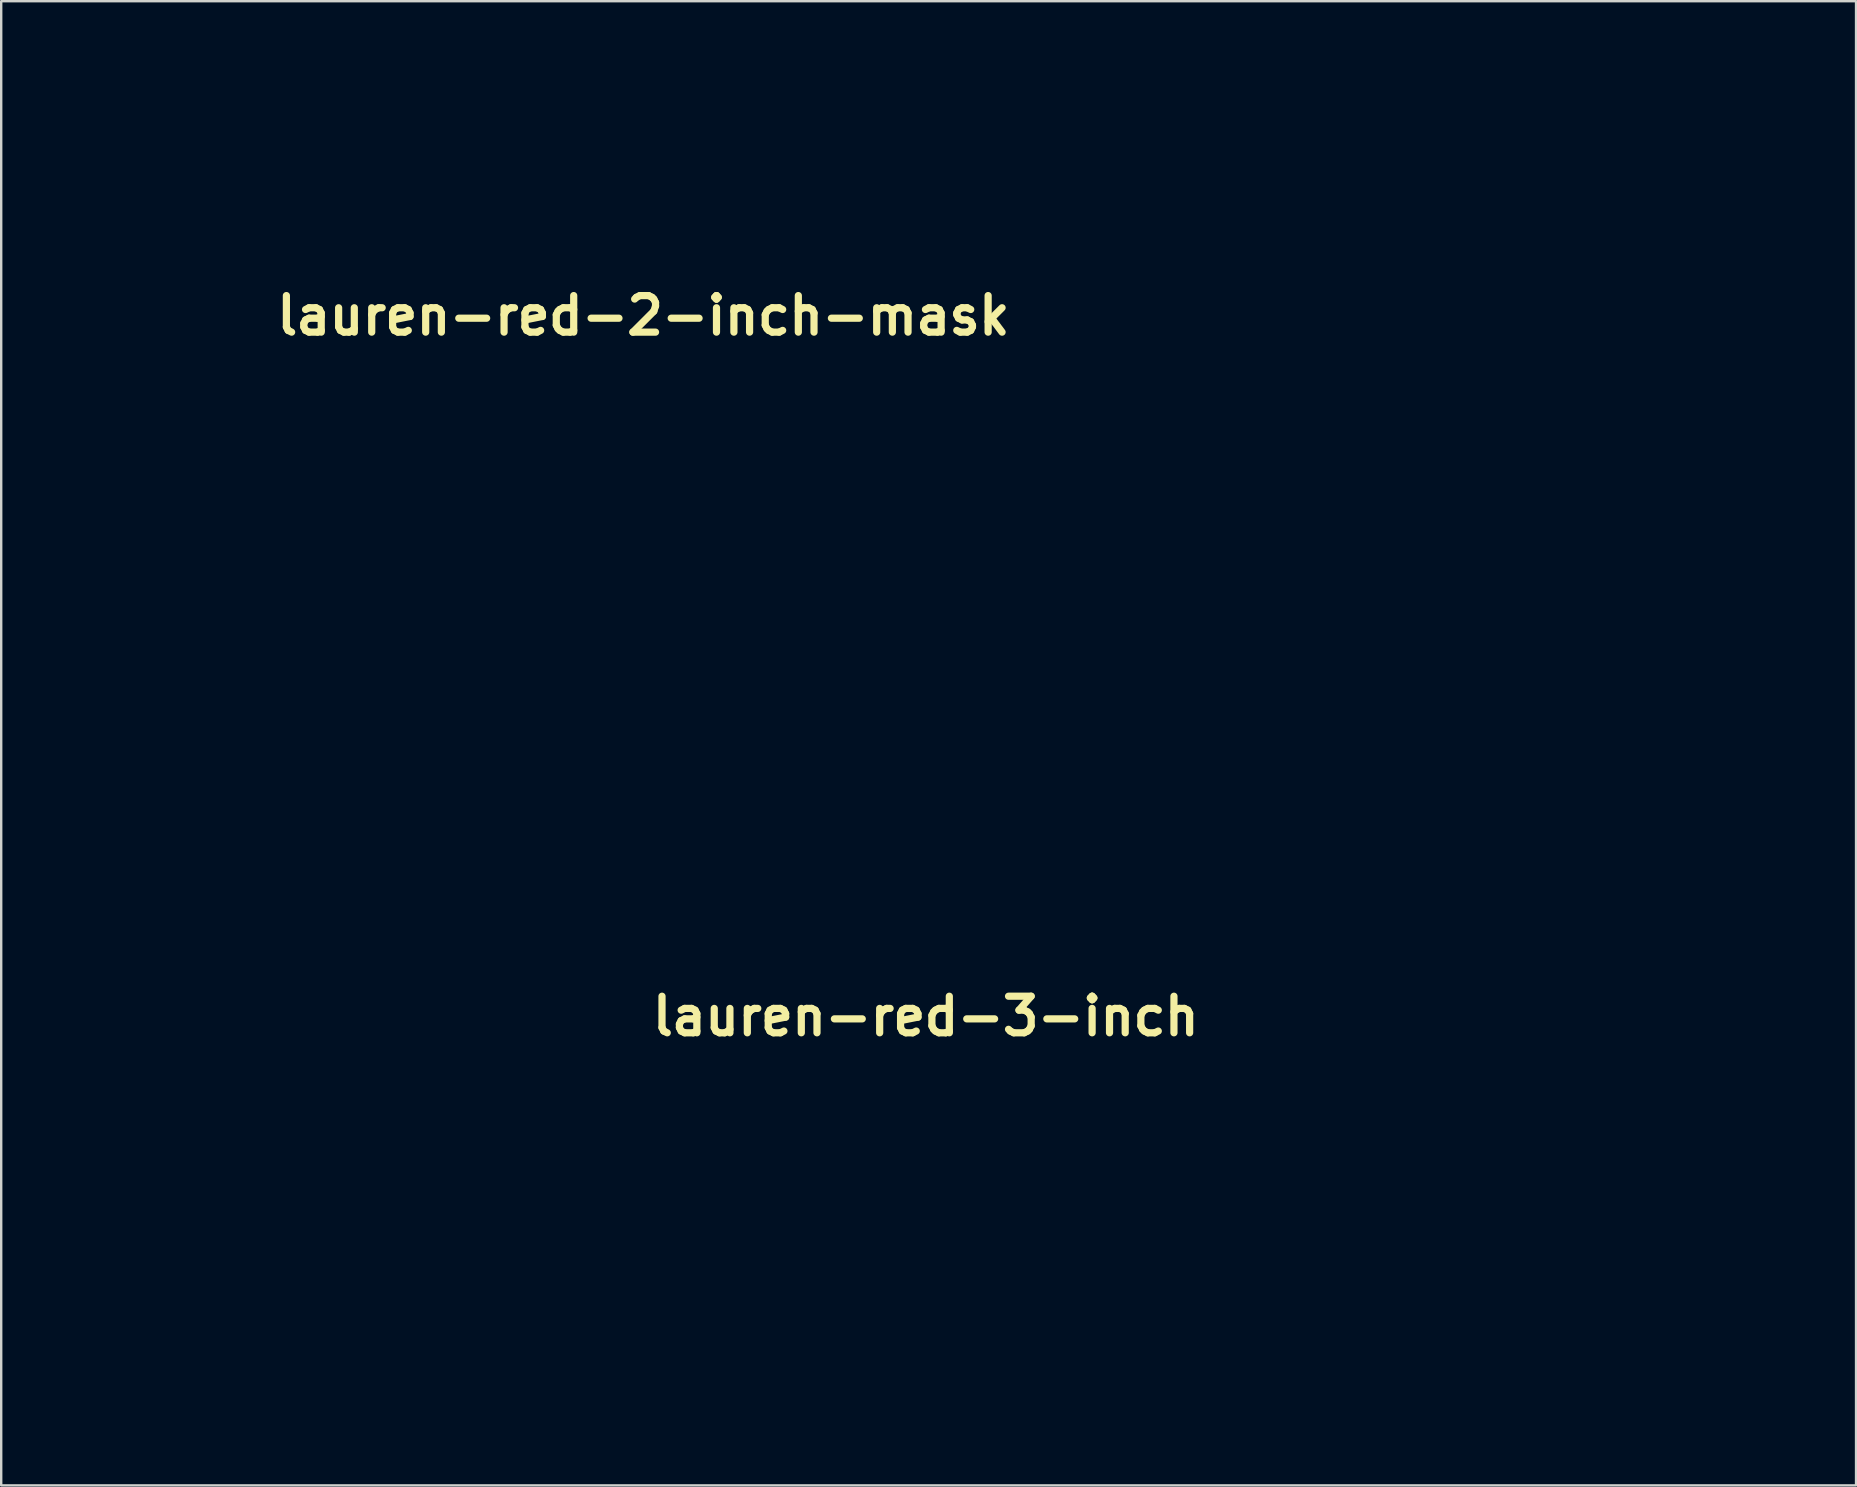
<source format=kicad_pcb>
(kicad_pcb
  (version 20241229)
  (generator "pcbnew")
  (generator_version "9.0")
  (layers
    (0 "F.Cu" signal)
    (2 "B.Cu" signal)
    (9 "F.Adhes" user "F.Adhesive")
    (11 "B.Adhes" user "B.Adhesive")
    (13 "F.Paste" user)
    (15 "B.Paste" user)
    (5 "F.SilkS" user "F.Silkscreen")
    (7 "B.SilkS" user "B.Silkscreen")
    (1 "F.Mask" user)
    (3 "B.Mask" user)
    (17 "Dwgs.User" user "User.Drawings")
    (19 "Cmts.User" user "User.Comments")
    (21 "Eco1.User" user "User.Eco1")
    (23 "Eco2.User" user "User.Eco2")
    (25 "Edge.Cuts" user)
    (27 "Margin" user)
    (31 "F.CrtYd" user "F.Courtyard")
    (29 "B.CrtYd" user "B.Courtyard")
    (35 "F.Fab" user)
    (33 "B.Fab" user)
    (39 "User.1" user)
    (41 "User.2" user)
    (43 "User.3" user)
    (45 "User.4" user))
  (footprint "lauren-red-3-inch"
    (layer "F.Cu")
    (at 35.535 39.304)
    (property "Reference" "lauren-red-3-inch" (at 0 0 0) (layer "F.SilkS") (effects (font (size 1.524 1.524) (thickness 0.3))))
    (attr through_hole)
    (fp_poly (pts (xy 35.769 9.894) (xy -12.473 9.894) (xy -12.444 9.489) (xy -12.415 9.085) (xy 11.677 9.061) (xy 35.769 9.037)) (stroke (width 0) (type solid)) (fill yes) (layer "F.Mask"))
    (fp_poly (pts (xy -21.076 -15.151) (xy -20.618 -15.144) (xy -20.297 -15.134) (xy -20.175 -15.126) (xy -19.754 -15.078) (xy -19.778 -14.378) (xy -19.783 -13.998) (xy -19.754 -13.73) (xy -19.673 -13.497) (xy -19.52 -13.221) (xy -19.471 -13.141) (xy -19.284 -12.797) (xy -19.114 -12.418) (xy -18.979 -12.05) (xy -18.895 -11.74) (xy -18.879 -11.536) (xy -18.891 -11.499) (xy -18.995 -11.479) (xy -19.267 -11.461) (xy -19.684 -11.445) (xy -20.224 -11.432) (xy -20.864 -11.423) (xy -21.581 -11.417) (xy -22.124 -11.416) (xy -25.305 -11.416) (xy -25.305 -15.119) (xy -22.95 -15.146) (xy -22.274 -15.152) (xy -21.639 -15.153)) (stroke (width 0) (type solid)) (fill yes) (layer "F.Mask"))
    (fp_poly (pts (xy -18.358 -8.063) (xy -18.353 -7.865) (xy -18.343 -7.516) (xy -18.328 -7.056) (xy -18.31 -6.526) (xy -18.297 -6.16) (xy -18.278 -5.562) (xy -18.271 -5.13) (xy -18.277 -4.838) (xy -18.297 -4.664) (xy -18.333 -4.581) (xy -18.371 -4.565) (xy -18.485 -4.564) (xy -18.774 -4.563) (xy -19.225 -4.562) (xy -19.822 -4.56) (xy -20.55 -4.557) (xy -21.397 -4.555) (xy -22.345 -4.552) (xy -23.382 -4.549) (xy -24.493 -4.546) (xy -25.662 -4.542) (xy -26.09 -4.541) (xy -33.676 -4.519) (xy -33.676 -5.126) (xy -33.652 -5.559) (xy -33.567 -5.88) (xy -33.474 -6.06) (xy -33.332 -6.38) (xy -33.318 -6.724) (xy -33.325 -6.774) (xy -33.381 -7.034) (xy -33.458 -7.204) (xy -33.481 -7.227) (xy -33.543 -7.351) (xy -33.59 -7.602) (xy -33.607 -7.808) (xy -33.629 -8.324) (xy -25.995 -8.348) (xy -18.36 -8.373)) (stroke (width 0) (type solid)) (fill yes) (layer "F.Mask"))
    (fp_poly (pts (xy -26.881 -1.048) (xy -25.616 -1.047) (xy -24.405 -1.046) (xy -23.264 -1.044) (xy -22.204 -1.042) (xy -21.24 -1.04) (xy -20.385 -1.037) (xy -19.652 -1.034) (xy -19.055 -1.031) (xy -18.607 -1.028) (xy -18.321 -1.025) (xy -18.211 -1.021) (xy -18.21 -1.021) (xy -18.2 -0.924) (xy -18.184 -0.666) (xy -18.165 -0.28) (xy -18.144 0.206) (xy -18.123 0.736) (xy -18.056 2.471) (xy -25.84 2.496) (xy -27.239 2.5) (xy -28.461 2.504) (xy -29.516 2.506) (xy -30.419 2.506) (xy -31.18 2.505) (xy -31.814 2.502) (xy -32.331 2.497) (xy -32.744 2.489) (xy -33.066 2.478) (xy -33.308 2.465) (xy -33.484 2.448) (xy -33.606 2.428) (xy -33.685 2.405) (xy -33.735 2.377) (xy -33.768 2.346) (xy -33.769 2.344) (xy -33.896 2.2) (xy -34.117 1.958) (xy -34.394 1.659) (xy -34.555 1.488) (xy -34.83 1.179) (xy -35.046 0.904) (xy -35.174 0.702) (xy -35.197 0.633) (xy -35.255 0.431) (xy -35.368 0.242) (xy -35.488 -0.011) (xy -35.534 -0.395) (xy -35.535 -0.513) (xy -35.531 -1.052)) (stroke (width 0) (type solid)) (fill yes) (layer "F.Mask"))
    (fp_poly (pts (xy -22.556 13.225) (xy -21.869 13.231) (xy -21.269 13.24) (xy -20.778 13.252) (xy -20.418 13.267) (xy -20.211 13.283) (xy -20.169 13.295) (xy -20.254 13.468) (xy -20.506 13.631) (xy -20.933 13.786) (xy -21.542 13.937) (xy -21.684 13.967) (xy -21.969 14.1) (xy -22.109 14.344) (xy -22.099 14.679) (xy -21.962 15.035) (xy -21.833 15.333) (xy -21.813 15.56) (xy -21.843 15.683) (xy -21.944 15.86) (xy -22.103 15.942) (xy -22.346 15.926) (xy -22.696 15.81) (xy -23.178 15.591) (xy -23.256 15.553) (xy -23.65 15.372) (xy -24.001 15.232) (xy -24.261 15.153) (xy -24.365 15.142) (xy -24.547 15.234) (xy -24.75 15.43) (xy -24.939 15.68) (xy -25.079 15.933) (xy -25.135 16.139) (xy -25.112 16.223) (xy -25.05 16.397) (xy -25.151 16.521) (xy -25.31 16.553) (xy -25.467 16.483) (xy -25.497 16.386) (xy -25.513 16.277) (xy -25.579 16.348) (xy -25.586 16.359) (xy -25.668 16.44) (xy -25.795 16.431) (xy -25.999 16.343) (xy -26.156 16.251) (xy -26.272 16.126) (xy -26.352 15.941) (xy -26.403 15.667) (xy -26.432 15.277) (xy -26.444 14.741) (xy -26.445 14.341) (xy -26.446 13.223) (xy -23.307 13.223)) (stroke (width 0) (type solid)) (fill yes) (layer "F.Mask"))
    (fp_poly (pts (xy -24.082 5.906) (xy -23.058 5.91) (xy -22.083 5.915) (xy -21.174 5.921) (xy -20.349 5.928) (xy -19.628 5.935) (xy -19.027 5.944) (xy -18.565 5.952) (xy -18.26 5.961) (xy -18.139 5.969) (xy -17.905 6.011) (xy -17.816 6.084) (xy -17.826 6.233) (xy -17.834 6.266) (xy -17.951 6.513) (xy -18.119 6.707) (xy -18.29 6.931) (xy -18.404 7.222) (xy -18.41 7.25) (xy -18.489 7.514) (xy -18.596 7.702) (xy -18.614 7.718) (xy -18.75 7.883) (xy -18.889 8.12) (xy -18.892 8.126) (xy -19.09 8.514) (xy -19.262 8.772) (xy -19.447 8.951) (xy -19.586 9.045) (xy -19.802 9.189) (xy -19.868 9.296) (xy -19.799 9.417) (xy -19.733 9.486) (xy -19.638 9.617) (xy -19.696 9.706) (xy -19.707 9.713) (xy -19.824 9.728) (xy -20.107 9.742) (xy -20.535 9.755) (xy -21.088 9.766) (xy -21.744 9.775) (xy -22.481 9.783) (xy -23.28 9.788) (xy -24.119 9.792) (xy -24.976 9.795) (xy -25.832 9.795) (xy -26.664 9.794) (xy -27.451 9.79) (xy -28.174 9.785) (xy -28.809 9.778) (xy -29.337 9.768) (xy -29.737 9.757) (xy -29.987 9.744) (xy -30.066 9.729) (xy -30.067 9.611) (xy -30.065 9.341) (xy -30.06 8.958) (xy -30.054 8.498) (xy -30.053 8.419) (xy -30.047 7.913) (xy -30.044 7.439) (xy -30.044 7.05) (xy -30.048 6.797) (xy -30.048 6.791) (xy -29.994 6.383) (xy -29.862 6.145) (xy -29.662 5.892)) (stroke (width 0) (type solid)) (fill yes) (layer "F.Mask")))
  (footprint "lauren-red-2-inch-mask"
    (layer "F.Cu")
    (at 23.763 10.103)
    (property "Reference" "lauren-red-2-inch-mask" (at 0 0 0) (layer "F.SilkS") (effects (font (size 1.524 1.524) (thickness 0.3))))
    (attr through_hole)
    (fp_poly (pts (xy -13.214 -9.628) (xy -13.212 -9.345) (xy -13.184 -9.143) (xy -13.123 -8.976) (xy -13.089 -8.91) (xy -12.876 -8.505) (xy -12.741 -8.185) (xy -12.679 -7.938) (xy -12.674 -7.874) (xy -12.668 -7.652) (xy -16.891 -7.618) (xy -16.891 -8.819) (xy -16.889 -9.261) (xy -16.882 -9.59) (xy -16.87 -9.819) (xy -16.852 -9.964) (xy -16.825 -10.037) (xy -16.808 -10.051) (xy -16.725 -10.06) (xy -16.532 -10.068) (xy -16.247 -10.076) (xy -15.886 -10.083) (xy -15.466 -10.089) (xy -15.006 -10.093) (xy -14.964 -10.093) (xy -13.203 -10.103)) (stroke (width 0) (type solid)) (fill yes) (layer "F.Mask"))
    (fp_poly (pts (xy 23.876 6.604) (xy -8.24 6.604) (xy -8.266 6.461) (xy -8.277 6.295) (xy -8.269 6.207) (xy -8.262 6.195) (xy -8.244 6.185) (xy -8.209 6.175) (xy -8.154 6.165) (xy -8.073 6.157) (xy -7.962 6.149) (xy -7.817 6.142) (xy -7.632 6.136) (xy -7.404 6.13) (xy -7.128 6.125) (xy -6.798 6.12) (xy -6.411 6.116) (xy -5.962 6.112) (xy -5.446 6.109) (xy -4.858 6.106) (xy -4.195 6.104) (xy -3.451 6.102) (xy -2.622 6.1) (xy -1.703 6.099) (xy -0.69 6.098) (xy 0.422 6.097) (xy 1.637 6.097) (xy 2.961 6.096) (xy 4.397 6.096) (xy 5.951 6.096) (xy 7.627 6.096) (xy 23.876 6.096)) (stroke (width 0) (type solid)) (fill yes) (layer "F.Mask"))
    (fp_poly (pts (xy -12.292 -5.445) (xy -12.281 -5.337) (xy -12.268 -5.125) (xy -12.254 -4.834) (xy -12.24 -4.487) (xy -12.229 -4.175) (xy -12.195 -3.048) (xy -22.479 -3.048) (xy -22.479 -3.435) (xy -22.465 -3.699) (xy -22.415 -3.88) (xy -22.352 -3.983) (xy -22.26 -4.179) (xy -22.226 -4.423) (xy -22.253 -4.657) (xy -22.318 -4.798) (xy -22.376 -4.936) (xy -22.41 -5.136) (xy -22.413 -5.215) (xy -22.406 -5.401) (xy -22.369 -5.498) (xy -22.286 -5.544) (xy -22.273 -5.548) (xy -22.188 -5.554) (xy -21.986 -5.56) (xy -21.677 -5.565) (xy -21.271 -5.57) (xy -20.779 -5.575) (xy -20.21 -5.579) (xy -19.574 -5.582) (xy -18.881 -5.585) (xy -18.142 -5.586) (xy -17.367 -5.587) (xy -17.226 -5.587) (xy -12.321 -5.588)) (stroke (width 0) (type solid)) (fill yes) (layer "F.Mask"))
    (fp_poly (pts (xy -17.518 3.989) (xy -16.908 3.989) (xy -16.254 3.99) (xy -15.669 3.992) (xy -11.938 4) (xy -11.938 4.16) (xy -11.985 4.316) (xy -12.088 4.449) (xy -12.203 4.594) (xy -12.303 4.792) (xy -12.322 4.846) (xy -12.401 5.04) (xy -12.496 5.196) (xy -12.521 5.225) (xy -12.61 5.345) (xy -12.636 5.427) (xy -12.682 5.573) (xy -12.794 5.75) (xy -12.941 5.915) (xy -13.088 6.024) (xy -13.097 6.029) (xy -13.24 6.129) (xy -13.258 6.244) (xy -13.166 6.358) (xy -13.106 6.422) (xy -13.144 6.457) (xy -13.246 6.48) (xy -13.344 6.487) (xy -13.556 6.494) (xy -13.87 6.502) (xy -14.273 6.509) (xy -14.752 6.515) (xy -15.295 6.521) (xy -15.89 6.527) (xy -16.523 6.531) (xy -16.751 6.532) (xy -20.072 6.55) (xy -20.058 5.403) (xy -20.053 4.994) (xy -20.045 4.691) (xy -20.034 4.478) (xy -20.016 4.334) (xy -19.99 4.239) (xy -19.953 4.176) (xy -19.91 4.13) (xy -19.744 4.031) (xy -19.587 3.993) (xy -19.491 3.991) (xy -19.279 3.99) (xy -18.964 3.989) (xy -18.558 3.988) (xy -18.071 3.988)) (stroke (width 0) (type solid)) (fill yes) (layer "F.Mask"))
    (fp_poly (pts (xy -16.968 -0.698) (xy -16.072 -0.697) (xy -15.29 -0.696) (xy -14.613 -0.693) (xy -14.036 -0.69) (xy -13.552 -0.685) (xy -13.153 -0.68) (xy -12.833 -0.673) (xy -12.585 -0.665) (xy -12.402 -0.655) (xy -12.277 -0.644) (xy -12.204 -0.631) (xy -12.174 -0.617) (xy -12.174 -0.615) (xy -12.161 -0.524) (xy -12.149 -0.332) (xy -12.139 -0.064) (xy -12.131 0.254) (xy -12.13 0.353) (xy -12.125 0.693) (xy -12.119 1.002) (xy -12.113 1.25) (xy -12.108 1.408) (xy -12.107 1.429) (xy -12.097 1.619) (xy -17.315 1.635) (xy -18.252 1.638) (xy -19.07 1.64) (xy -19.777 1.642) (xy -20.382 1.642) (xy -20.892 1.641) (xy -21.315 1.639) (xy -21.66 1.635) (xy -21.935 1.63) (xy -22.148 1.623) (xy -22.306 1.614) (xy -22.419 1.603) (xy -22.493 1.59) (xy -22.539 1.574) (xy -22.562 1.556) (xy -22.571 1.54) (xy -22.63 1.449) (xy -22.758 1.295) (xy -22.935 1.104) (xy -23.051 0.986) (xy -23.275 0.748) (xy -23.426 0.555) (xy -23.493 0.424) (xy -23.495 0.406) (xy -23.538 0.258) (xy -23.592 0.189) (xy -23.66 0.072) (xy -23.685 -0.088) (xy -23.696 -0.301) (xy -23.723 -0.492) (xy -23.763 -0.699) (xy -17.985 -0.699)) (stroke (width 0) (type solid)) (fill yes) (layer "F.Mask"))
    (fp_poly (pts (xy -15.03 8.827) (xy -14.576 8.828) (xy -14.224 8.831) (xy -13.961 8.837) (xy -13.774 8.846) (xy -13.649 8.859) (xy -13.575 8.877) (xy -13.538 8.9) (xy -13.526 8.93) (xy -13.525 8.945) (xy -13.537 8.997) (xy -13.584 9.044) (xy -13.682 9.092) (xy -13.851 9.148) (xy -14.107 9.22) (xy -14.467 9.313) (xy -14.508 9.323) (xy -14.68 9.423) (xy -14.769 9.597) (xy -14.768 9.815) (xy -14.704 9.986) (xy -14.628 10.207) (xy -14.625 10.42) (xy -14.693 10.582) (xy -14.743 10.627) (xy -14.816 10.647) (xy -14.929 10.63) (xy -15.098 10.57) (xy -15.338 10.461) (xy -15.666 10.297) (xy -15.82 10.217) (xy -16.066 10.122) (xy -16.281 10.101) (xy -16.415 10.145) (xy -16.485 10.222) (xy -16.594 10.366) (xy -16.665 10.467) (xy -16.774 10.643) (xy -16.81 10.759) (xy -16.784 10.85) (xy -16.78 10.857) (xy -16.738 10.964) (xy -16.747 11.01) (xy -16.858 11.048) (xy -16.976 10.986) (xy -17.013 10.938) (xy -17.064 10.881) (xy -17.08 10.906) (xy -17.124 10.978) (xy -17.236 10.965) (xy -17.391 10.874) (xy -17.439 10.836) (xy -17.507 10.774) (xy -17.555 10.709) (xy -17.587 10.618) (xy -17.609 10.479) (xy -17.623 10.271) (xy -17.634 9.97) (xy -17.641 9.756) (xy -17.669 8.826) (xy -15.597 8.826)) (stroke (width 0) (type solid)) (fill yes) (layer "F.Mask")))
  (gr_rect
    (start -3 -3)
    (end 74.304 58.857)
    (stroke (width 0.1) (type default))
    (fill no)
    (layer "Edge.Cuts")))
</source>
